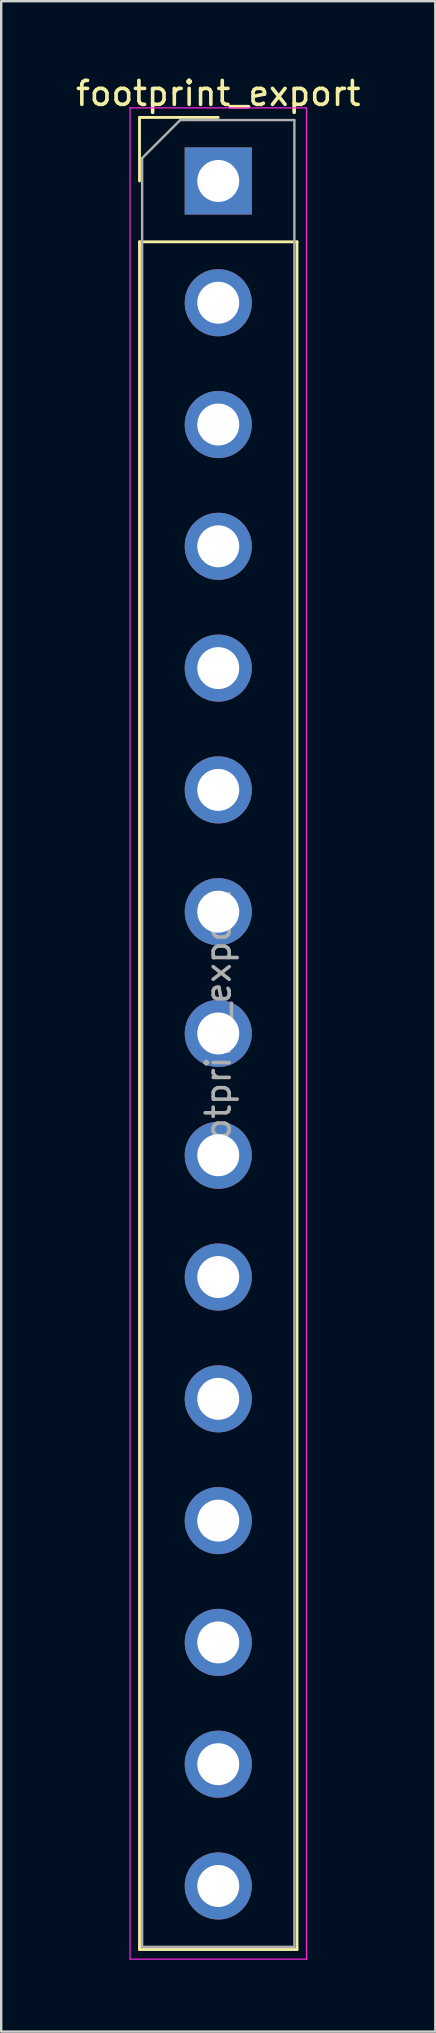
<source format=kicad_pcb>
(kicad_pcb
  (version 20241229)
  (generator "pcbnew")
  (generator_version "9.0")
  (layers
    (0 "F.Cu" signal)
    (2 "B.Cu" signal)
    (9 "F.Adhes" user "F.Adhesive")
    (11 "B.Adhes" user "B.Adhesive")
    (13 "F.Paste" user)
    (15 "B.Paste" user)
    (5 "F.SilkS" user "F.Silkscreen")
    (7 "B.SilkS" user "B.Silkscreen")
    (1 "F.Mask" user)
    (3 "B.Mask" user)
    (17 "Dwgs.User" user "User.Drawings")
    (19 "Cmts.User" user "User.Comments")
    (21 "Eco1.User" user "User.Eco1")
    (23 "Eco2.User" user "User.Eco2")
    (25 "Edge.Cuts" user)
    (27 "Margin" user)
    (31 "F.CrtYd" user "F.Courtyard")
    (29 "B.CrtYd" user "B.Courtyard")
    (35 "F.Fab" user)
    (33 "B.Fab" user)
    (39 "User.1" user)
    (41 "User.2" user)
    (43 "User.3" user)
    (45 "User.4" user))
  (footprint "footprint_export"
    (layer "F.Cu")
    (at 6.054 4.498)
    (property "Reference" "footprint_export" (at 0 -3.65 0) (layer "F.SilkS") (effects (font (size 1 1) (thickness 0.15))))
    (attr through_hole)
    (fp_line (start -3.285 -2.65) (end 0 -2.65) (stroke (width 0.12) (type solid)) (layer "F.SilkS"))
    (fp_line (start -3.285 0) (end -3.285 -2.65) (stroke (width 0.12) (type solid)) (layer "F.SilkS"))
    (fp_line (start -3.285 2.54) (end -3.285 73.77) (stroke (width 0.12) (type solid)) (layer "F.SilkS"))
    (fp_line (start -3.285 2.54) (end 3.285 2.54) (stroke (width 0.12) (type solid)) (layer "F.SilkS"))
    (fp_line (start -3.285 73.77) (end 3.285 73.77) (stroke (width 0.12) (type solid)) (layer "F.SilkS"))
    (fp_line (start 3.285 2.54) (end 3.285 73.77) (stroke (width 0.12) (type solid)) (layer "F.SilkS"))
    (fp_line (start -3.68 -3.05) (end -3.68 74.17) (stroke (width 0.05) (type solid)) (layer "F.CrtYd"))
    (fp_line (start -3.68 74.17) (end 3.68 74.17) (stroke (width 0.05) (type solid)) (layer "F.CrtYd"))
    (fp_line (start 3.68 -3.05) (end -3.68 -3.05) (stroke (width 0.05) (type solid)) (layer "F.CrtYd"))
    (fp_line (start 3.68 74.17) (end 3.68 -3.05) (stroke (width 0.05) (type solid)) (layer "F.CrtYd"))
    (fp_line (start -3.175 -0.953) (end -1.587 -2.54) (stroke (width 0.1) (type solid)) (layer "F.Fab"))
    (fp_line (start -3.175 73.66) (end -3.175 -0.953) (stroke (width 0.1) (type solid)) (layer "F.Fab"))
    (fp_line (start -1.587 -2.54) (end 3.175 -2.54) (stroke (width 0.1) (type solid)) (layer "F.Fab"))
    (fp_line (start 3.175 -2.54) (end 3.175 73.66) (stroke (width 0.1) (type solid)) (layer "F.Fab"))
    (fp_line (start 3.175 73.66) (end -3.175 73.66) (stroke (width 0.1) (type solid)) (layer "F.Fab"))
    (fp_text user "${REFERENCE}" (at 0 35.56 90) (layer "F.Fab") (effects (font (size 1 1) (thickness 0.15))))
    (pad "1" thru_hole rect (at 0 0) (size 2.8 2.8) (drill 1.75) (layers "*.Cu" "*.Mask"))
    (pad "2" thru_hole circle (at 0 5.08) (size 2.8 2.8) (drill 1.75) (layers "*.Cu" "*.Mask"))
    (pad "3" thru_hole circle (at 0 10.16) (size 2.8 2.8) (drill 1.75) (layers "*.Cu" "*.Mask"))
    (pad "4" thru_hole circle (at 0 15.24) (size 2.8 2.8) (drill 1.75) (layers "*.Cu" "*.Mask"))
    (pad "5" thru_hole circle (at 0 20.32) (size 2.8 2.8) (drill 1.75) (layers "*.Cu" "*.Mask"))
    (pad "6" thru_hole circle (at 0 25.4) (size 2.8 2.8) (drill 1.75) (layers "*.Cu" "*.Mask"))
    (pad "7" thru_hole circle (at 0 30.48) (size 2.8 2.8) (drill 1.75) (layers "*.Cu" "*.Mask"))
    (pad "8" thru_hole circle (at 0 35.56) (size 2.8 2.8) (drill 1.75) (layers "*.Cu" "*.Mask"))
    (pad "9" thru_hole circle (at 0 40.64) (size 2.8 2.8) (drill 1.75) (layers "*.Cu" "*.Mask"))
    (pad "10" thru_hole circle (at 0 45.72) (size 2.8 2.8) (drill 1.75) (layers "*.Cu" "*.Mask"))
    (pad "11" thru_hole circle (at 0 50.8) (size 2.8 2.8) (drill 1.75) (layers "*.Cu" "*.Mask"))
    (pad "12" thru_hole circle (at 0 55.88) (size 2.8 2.8) (drill 1.75) (layers "*.Cu" "*.Mask"))
    (pad "13" thru_hole circle (at 0 60.96) (size 2.8 2.8) (drill 1.75) (layers "*.Cu" "*.Mask"))
    (pad "14" thru_hole circle (at 0 66.04) (size 2.8 2.8) (drill 1.75) (layers "*.Cu" "*.Mask"))
    (pad "15" thru_hole circle (at 0 71.12) (size 2.8 2.8) (drill 1.75) (layers "*.Cu" "*.Mask")))
  (gr_rect
    (start -3 -3)
    (end 15.107 81.693)
    (stroke (width 0.1) (type default))
    (fill no)
    (layer "Edge.Cuts")))
</source>
